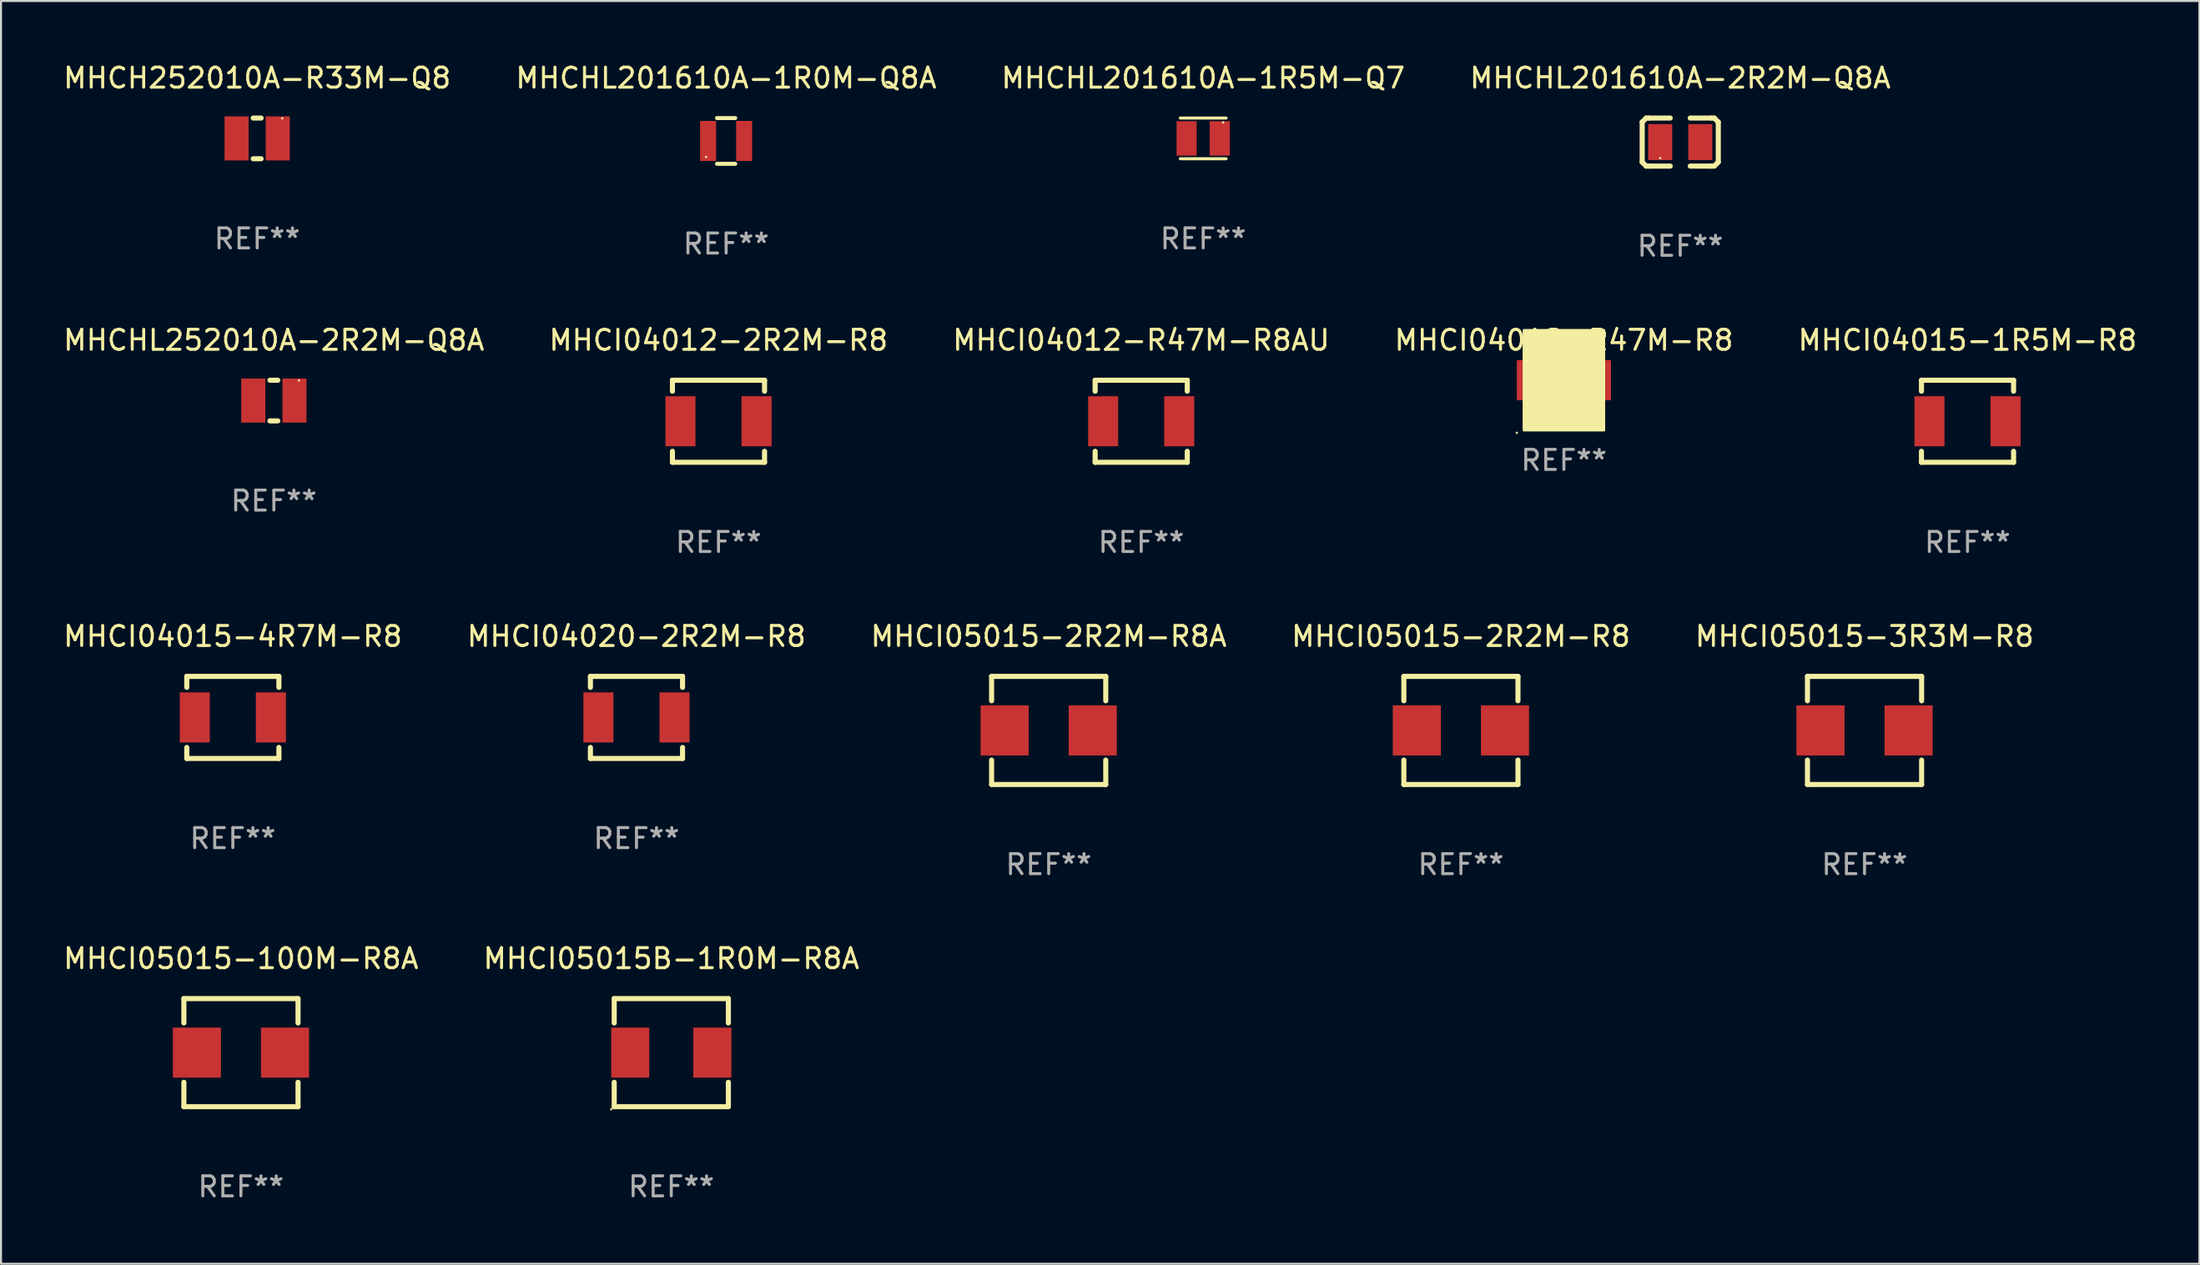
<source format=kicad_pcb>
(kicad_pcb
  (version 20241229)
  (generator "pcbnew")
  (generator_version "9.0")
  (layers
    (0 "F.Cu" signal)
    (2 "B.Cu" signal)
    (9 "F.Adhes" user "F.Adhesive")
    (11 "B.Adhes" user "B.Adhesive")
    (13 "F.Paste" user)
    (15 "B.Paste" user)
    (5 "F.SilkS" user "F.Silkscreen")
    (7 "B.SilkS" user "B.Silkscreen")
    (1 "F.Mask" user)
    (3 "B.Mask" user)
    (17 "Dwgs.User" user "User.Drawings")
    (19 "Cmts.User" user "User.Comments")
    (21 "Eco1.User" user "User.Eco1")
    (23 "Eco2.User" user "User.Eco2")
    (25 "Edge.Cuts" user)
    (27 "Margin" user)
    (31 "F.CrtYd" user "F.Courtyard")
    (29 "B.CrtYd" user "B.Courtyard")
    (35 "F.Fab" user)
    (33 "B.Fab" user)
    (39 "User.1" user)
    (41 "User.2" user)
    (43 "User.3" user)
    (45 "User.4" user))
  (footprint "MHCHL201610A-1R0M-Q8A"
    (layer "F.Cu")
    (at 33.208 3.991)
    (property "Reference" "MHCHL201610A-1R0M-Q8A" (at 0 -3.143 0) (layer "F.SilkS") (effects (font (size 1 1) (thickness 0.15))))
    (attr through_hole)
    (fp_line (start -0.455 -1.143) (end 0.455 -1.143) (stroke (width 0.2) (type solid)) (layer "F.SilkS"))
    (fp_line (start -0.455 1.143) (end 0.455 1.143) (stroke (width 0.2) (type solid)) (layer "F.SilkS"))
    (fp_circle (center -1 0.8) (end -0.97 0.8) (stroke (width 0.06) (type solid)) (fill no) (layer "F.SilkS"))
    (fp_text user "REF**" (at 0 5.143 0) (layer "F.Fab") (effects (font (size 1 1) (thickness 0.15))))
    (pad "1" smd rect (at -0.9 0) (size 0.8 2) (layers "F.Cu" "F.Mask" "F.Paste"))
    (pad "2" smd rect (at 0.9 0) (size 0.8 2) (layers "F.Cu" "F.Mask" "F.Paste")))
  (footprint "MHCI05015-3R3M-R8"
    (layer "F.Cu")
    (at 90.054 33.441)
    (property "Reference" "MHCI05015-3R3M-R8" (at 0 -4.7 0) (layer "F.SilkS") (effects (font (size 1 1) (thickness 0.15))))
    (attr through_hole)
    (fp_line (start -2.85 -2.7) (end 2.85 -2.7) (stroke (width 0.254) (type solid)) (layer "F.SilkS"))
    (fp_line (start -2.85 -1.481) (end -2.85 -2.7) (stroke (width 0.254) (type solid)) (layer "F.SilkS"))
    (fp_line (start -2.85 2.7) (end -2.85 1.481) (stroke (width 0.254) (type solid)) (layer "F.SilkS"))
    (fp_line (start 2.85 -1.481) (end 2.85 -2.7) (stroke (width 0.254) (type solid)) (layer "F.SilkS"))
    (fp_line (start 2.85 2.7) (end -2.85 2.7) (stroke (width 0.254) (type solid)) (layer "F.SilkS"))
    (fp_line (start 2.85 2.7) (end 2.85 1.481) (stroke (width 0.254) (type solid)) (layer "F.SilkS"))
    (fp_circle (center -2.85 2.7) (end -2.82 2.7) (stroke (width 0.06) (type solid)) (fill no) (layer "F.SilkS"))
    (fp_text user "REF**" (at 0 6.7 0) (layer "F.Fab") (effects (font (size 1 1) (thickness 0.15))))
    (pad "1" smd rect (at -2.2 0 270) (size 2.5 2.4) (layers "F.Cu" "F.Mask" "F.Paste"))
    (pad "2" smd rect (at 2.2 0 270) (size 2.5 2.4) (layers "F.Cu" "F.Mask" "F.Paste")))
  (footprint "MHCH252010A-R33M-Q8"
    (layer "F.Cu")
    (at 9.792 3.864)
    (property "Reference" "MHCH252010A-R33M-Q8" (at 0 -3.016 0) (layer "F.SilkS") (effects (font (size 1 1) (thickness 0.15))))
    (attr through_hole)
    (fp_line (start -0.197 1.016) (end 0.197 1.016) (stroke (width 0.254) (type solid)) (layer "F.SilkS"))
    (fp_line (start 0.197 -1.016) (end -0.197 -1.016) (stroke (width 0.254) (type solid)) (layer "F.SilkS"))
    (fp_circle (center 1.25 -1) (end 1.28 -1) (stroke (width 0.06) (type solid)) (fill no) (layer "F.SilkS"))
    (fp_text user "REF**" (at 0 5.016 0) (layer "F.Fab") (effects (font (size 1 1) (thickness 0.15))))
    (pad "1" smd rect (at 1.028 0) (size 1.2 2.2) (layers "F.Cu" "F.Mask" "F.Paste"))
    (pad "2" smd rect (at -1.028 0) (size 1.2 2.2) (layers "F.Cu" "F.Mask" "F.Paste")))
  (footprint "MHCI04012-R47M-R8AU"
    (layer "F.Cu")
    (at 53.935 17.995)
    (property "Reference" "MHCI04012-R47M-R8AU" (at 0 -4.05 0) (layer "F.SilkS") (effects (font (size 1 1) (thickness 0.15))))
    (attr through_hole)
    (fp_line (start -2.3 -2.05) (end 2.3 -2.05) (stroke (width 0.254) (type solid)) (layer "F.SilkS"))
    (fp_line (start -2.3 -1.5) (end -2.3 -2.05) (stroke (width 0.254) (type solid)) (layer "F.SilkS"))
    (fp_line (start -2.3 2.05) (end -2.3 1.5) (stroke (width 0.254) (type solid)) (layer "F.SilkS"))
    (fp_line (start 2.3 2.05) (end 2.3 1.5) (stroke (width 0.254) (type solid)) (layer "F.SilkS"))
    (fp_line (start 2.3 -1.5) (end 2.3 -2.049) (stroke (width 0.254) (type solid)) (layer "F.SilkS"))
    (fp_line (start 2.3 2.05) (end -2.3 2.05) (stroke (width 0.254) (type solid)) (layer "F.SilkS"))
    (fp_circle (center -2.3 2.05) (end -2.27 2.05) (stroke (width 0.06) (type solid)) (fill no) (layer "F.SilkS"))
    (fp_text user "REF**" (at 0 6.05 0) (layer "F.Fab") (effects (font (size 1 1) (thickness 0.15))))
    (pad "1" smd rect (at -1.9 0 90) (size 2.5 1.5) (layers "F.Cu" "F.Mask" "F.Paste"))
    (pad "2" smd rect (at 1.9 0 90) (size 2.5 1.5) (layers "F.Cu" "F.Mask" "F.Paste")))
  (footprint "MHCHL201610A-1R5M-Q7"
    (layer "F.Cu")
    (at 57.03 3.864)
    (property "Reference" "MHCHL201610A-1R5M-Q7" (at 0 -3.016 0) (layer "F.SilkS") (effects (font (size 1 1) (thickness 0.15))))
    (attr through_hole)
    (fp_line (start -1.143 -1.016) (end 1.143 -1.016) (stroke (width 0.152) (type solid)) (layer "F.SilkS"))
    (fp_line (start 1.143 1.016) (end -1.143 1.016) (stroke (width 0.152) (type solid)) (layer "F.SilkS"))
    (fp_circle (center 1 -0.8) (end 1.03 -0.8) (stroke (width 0.06) (type solid)) (fill no) (layer "F.SilkS"))
    (fp_text user "REF**" (at 0 5.016 0) (layer "F.Fab") (effects (font (size 1 1) (thickness 0.15))))
    (pad "1" smd rect (at 0.828 0) (size 1 1.72) (layers "F.Cu" "F.Mask" "F.Paste"))
    (pad "2" smd rect (at -0.828 0) (size 1 1.72) (layers "F.Cu" "F.Mask" "F.Paste")))
  (footprint "MHCI05015-100M-R8A"
    (layer "F.Cu")
    (at 8.982 49.538)
    (property "Reference" "MHCI05015-100M-R8A" (at 0 -4.7 0) (layer "F.SilkS") (effects (font (size 1 1) (thickness 0.15))))
    (attr through_hole)
    (fp_line (start -2.85 -2.7) (end 2.85 -2.7) (stroke (width 0.254) (type solid)) (layer "F.SilkS"))
    (fp_line (start -2.85 -1.481) (end -2.85 -2.7) (stroke (width 0.254) (type solid)) (layer "F.SilkS"))
    (fp_line (start -2.85 2.7) (end -2.85 1.481) (stroke (width 0.254) (type solid)) (layer "F.SilkS"))
    (fp_line (start 2.85 -1.481) (end 2.85 -2.7) (stroke (width 0.254) (type solid)) (layer "F.SilkS"))
    (fp_line (start 2.85 2.7) (end -2.85 2.7) (stroke (width 0.254) (type solid)) (layer "F.SilkS"))
    (fp_line (start 2.85 2.7) (end 2.85 1.481) (stroke (width 0.254) (type solid)) (layer "F.SilkS"))
    (fp_circle (center -2.85 2.7) (end -2.82 2.7) (stroke (width 0.06) (type solid)) (fill no) (layer "F.SilkS"))
    (fp_text user "REF**" (at 0 6.7 0) (layer "F.Fab") (effects (font (size 1 1) (thickness 0.15))))
    (pad "1" smd rect (at -2.2 0 270) (size 2.5 2.4) (layers "F.Cu" "F.Mask" "F.Paste"))
    (pad "2" smd rect (at 2.2 0 270) (size 2.5 2.4) (layers "F.Cu" "F.Mask" "F.Paste")))
  (footprint "MHCI04012-R47M-R8"
    (layer "F.Cu")
    (at 75.042 15.945)
    (property "Reference" "MHCI04012-R47M-R8" (at 0 -2 0) (layer "F.SilkS") (effects (font (size 1 1) (thickness 0.15))))
    (attr through_hole)
    (fp_circle (center -2.35 2.627) (end -2.32 2.627) (stroke (width 0.06) (type solid)) (fill no) (layer "F.SilkS"))
    (fp_poly (pts (xy -2 -2.5) (xy 2 -2.5) (xy 2 2.5) (xy -2 2.5)) (stroke (width 0.12) (type solid)) (fill yes) (layer "F.SilkS"))
    (fp_text user "REF**" (at 0 4 0) (layer "F.Fab") (effects (font (size 1 1) (thickness 0.15))))
    (pad "1" smd rect (at -1.6 0 90) (size 2 1.5) (layers "F.Cu" "F.Mask" "F.Paste"))
    (pad "2" smd rect (at 1.6 0 90) (size 2 1.5) (layers "F.Cu" "F.Mask" "F.Paste")))
  (footprint "MHCI05015-2R2M-R8A"
    (layer "F.Cu")
    (at 49.315 33.441)
    (property "Reference" "MHCI05015-2R2M-R8A" (at 0 -4.7 0) (layer "F.SilkS") (effects (font (size 1 1) (thickness 0.15))))
    (attr through_hole)
    (fp_line (start -2.85 -2.7) (end 2.85 -2.7) (stroke (width 0.254) (type solid)) (layer "F.SilkS"))
    (fp_line (start -2.85 -1.481) (end -2.85 -2.7) (stroke (width 0.254) (type solid)) (layer "F.SilkS"))
    (fp_line (start -2.85 2.7) (end -2.85 1.481) (stroke (width 0.254) (type solid)) (layer "F.SilkS"))
    (fp_line (start 2.85 -1.481) (end 2.85 -2.7) (stroke (width 0.254) (type solid)) (layer "F.SilkS"))
    (fp_line (start 2.85 2.7) (end -2.85 2.7) (stroke (width 0.254) (type solid)) (layer "F.SilkS"))
    (fp_line (start 2.85 2.7) (end 2.85 1.481) (stroke (width 0.254) (type solid)) (layer "F.SilkS"))
    (fp_circle (center -2.85 2.7) (end -2.82 2.7) (stroke (width 0.06) (type solid)) (fill no) (layer "F.SilkS"))
    (fp_text user "REF**" (at 0 6.7 0) (layer "F.Fab") (effects (font (size 1 1) (thickness 0.15))))
    (pad "1" smd rect (at -2.2 0 270) (size 2.5 2.4) (layers "F.Cu" "F.Mask" "F.Paste"))
    (pad "2" smd rect (at 2.2 0 270) (size 2.5 2.4) (layers "F.Cu" "F.Mask" "F.Paste")))
  (footprint "MHCHL201610A-2R2M-Q8A"
    (layer "F.Cu")
    (at 80.851 4.048)
    (property "Reference" "MHCHL201610A-2R2M-Q8A" (at 0 -3.2 0) (layer "F.SilkS") (effects (font (size 1 1) (thickness 0.15))))
    (attr through_hole)
    (fp_line (start -1.9 -1) (end -1.9 1) (stroke (width 0.254) (type solid)) (layer "F.SilkS"))
    (fp_line (start -1.7 -1.2) (end -1.9 -1) (stroke (width 0.254) (type solid)) (layer "F.SilkS"))
    (fp_line (start -1.7 1.2) (end -1.9 1) (stroke (width 0.254) (type solid)) (layer "F.SilkS"))
    (fp_line (start -1.55 -1.2) (end -1.7 -1.2) (stroke (width 0.254) (type solid)) (layer "F.SilkS"))
    (fp_line (start -1.55 1.2) (end -1.7 1.2) (stroke (width 0.254) (type solid)) (layer "F.SilkS"))
    (fp_line (start -0.5 -1.2) (end -1.55 -1.2) (stroke (width 0.254) (type solid)) (layer "F.SilkS"))
    (fp_line (start -0.5 1.2) (end -1.55 1.2) (stroke (width 0.254) (type solid)) (layer "F.SilkS"))
    (fp_line (start 0.5 -1.2) (end 1.55 -1.2) (stroke (width 0.254) (type solid)) (layer "F.SilkS"))
    (fp_line (start 0.5 1.2) (end 1.55 1.2) (stroke (width 0.254) (type solid)) (layer "F.SilkS"))
    (fp_line (start 1.55 -1.2) (end 1.7 -1.2) (stroke (width 0.254) (type solid)) (layer "F.SilkS"))
    (fp_line (start 1.55 1.2) (end 1.7 1.2) (stroke (width 0.254) (type solid)) (layer "F.SilkS"))
    (fp_line (start 1.7 -1.2) (end 1.9 -1) (stroke (width 0.254) (type solid)) (layer "F.SilkS"))
    (fp_line (start 1.7 1.2) (end 1.9 1) (stroke (width 0.254) (type solid)) (layer "F.SilkS"))
    (fp_line (start 1.9 -1) (end 1.9 1) (stroke (width 0.254) (type solid)) (layer "F.SilkS"))
    (fp_circle (center -1 0.8) (end -0.97 0.8) (stroke (width 0.06) (type solid)) (fill no) (layer "F.SilkS"))
    (fp_text user "REF**" (at 0 5.2 0) (layer "F.Fab") (effects (font (size 1 1) (thickness 0.15))))
    (pad "1" smd rect (at -1 0) (size 1.2 1.8) (layers "F.Cu" "F.Mask" "F.Paste"))
    (pad "2" smd rect (at 1 0) (size 1.2 1.8) (layers "F.Cu" "F.Mask" "F.Paste")))
  (footprint "MHCI05015-2R2M-R8"
    (layer "F.Cu")
    (at 69.899 33.441)
    (property "Reference" "MHCI05015-2R2M-R8" (at 0 -4.7 0) (layer "F.SilkS") (effects (font (size 1 1) (thickness 0.15))))
    (attr through_hole)
    (fp_line (start -2.85 -2.7) (end 2.85 -2.7) (stroke (width 0.254) (type solid)) (layer "F.SilkS"))
    (fp_line (start -2.85 -1.481) (end -2.85 -2.7) (stroke (width 0.254) (type solid)) (layer "F.SilkS"))
    (fp_line (start -2.85 2.7) (end -2.85 1.481) (stroke (width 0.254) (type solid)) (layer "F.SilkS"))
    (fp_line (start 2.85 -1.481) (end 2.85 -2.7) (stroke (width 0.254) (type solid)) (layer "F.SilkS"))
    (fp_line (start 2.85 2.7) (end -2.85 2.7) (stroke (width 0.254) (type solid)) (layer "F.SilkS"))
    (fp_line (start 2.85 2.7) (end 2.85 1.481) (stroke (width 0.254) (type solid)) (layer "F.SilkS"))
    (fp_circle (center -2.85 2.7) (end -2.82 2.7) (stroke (width 0.06) (type solid)) (fill no) (layer "F.SilkS"))
    (fp_text user "REF**" (at 0 6.7 0) (layer "F.Fab") (effects (font (size 1 1) (thickness 0.15))))
    (pad "1" smd rect (at -2.2 0 270) (size 2.5 2.4) (layers "F.Cu" "F.Mask" "F.Paste"))
    (pad "2" smd rect (at 2.2 0 270) (size 2.5 2.4) (layers "F.Cu" "F.Mask" "F.Paste")))
  (footprint "MHCI04015-1R5M-R8"
    (layer "F.Cu")
    (at 95.196 17.995)
    (property "Reference" "MHCI04015-1R5M-R8" (at 0 -4.05 0) (layer "F.SilkS") (effects (font (size 1 1) (thickness 0.15))))
    (attr through_hole)
    (fp_line (start -2.3 -2.05) (end 2.3 -2.05) (stroke (width 0.254) (type solid)) (layer "F.SilkS"))
    (fp_line (start -2.3 -1.5) (end -2.3 -2.05) (stroke (width 0.254) (type solid)) (layer "F.SilkS"))
    (fp_line (start -2.3 2.05) (end -2.3 1.5) (stroke (width 0.254) (type solid)) (layer "F.SilkS"))
    (fp_line (start 2.3 2.05) (end 2.3 1.5) (stroke (width 0.254) (type solid)) (layer "F.SilkS"))
    (fp_line (start 2.3 -1.5) (end 2.3 -2.049) (stroke (width 0.254) (type solid)) (layer "F.SilkS"))
    (fp_line (start 2.3 2.05) (end -2.3 2.05) (stroke (width 0.254) (type solid)) (layer "F.SilkS"))
    (fp_circle (center -2.3 2.05) (end -2.27 2.05) (stroke (width 0.06) (type solid)) (fill no) (layer "F.SilkS"))
    (fp_text user "REF**" (at 0 6.05 0) (layer "F.Fab") (effects (font (size 1 1) (thickness 0.15))))
    (pad "1" smd rect (at -1.9 0 90) (size 2.5 1.5) (layers "F.Cu" "F.Mask" "F.Paste"))
    (pad "2" smd rect (at 1.9 0 90) (size 2.5 1.5) (layers "F.Cu" "F.Mask" "F.Paste")))
  (footprint "MHCHL252010A-2R2M-Q8A"
    (layer "F.Cu")
    (at 10.625 16.961)
    (property "Reference" "MHCHL252010A-2R2M-Q8A" (at 0 -3.016 0) (layer "F.SilkS") (effects (font (size 1 1) (thickness 0.15))))
    (attr through_hole)
    (fp_line (start -0.197 1.016) (end 0.197 1.016) (stroke (width 0.254) (type solid)) (layer "F.SilkS"))
    (fp_line (start 0.197 -1.016) (end -0.197 -1.016) (stroke (width 0.254) (type solid)) (layer "F.SilkS"))
    (fp_circle (center 1.25 -1) (end 1.28 -1) (stroke (width 0.06) (type solid)) (fill no) (layer "F.SilkS"))
    (fp_text user "REF**" (at 0 5.016 0) (layer "F.Fab") (effects (font (size 1 1) (thickness 0.15))))
    (pad "1" smd rect (at 1.028 0) (size 1.2 2.2) (layers "F.Cu" "F.Mask" "F.Paste"))
    (pad "2" smd rect (at -1.028 0) (size 1.2 2.2) (layers "F.Cu" "F.Mask" "F.Paste")))
  (footprint "MHCI04020-2R2M-R8"
    (layer "F.Cu")
    (at 28.732 32.791)
    (property "Reference" "MHCI04020-2R2M-R8" (at 0 -4.05 0) (layer "F.SilkS") (effects (font (size 1 1) (thickness 0.15))))
    (attr through_hole)
    (fp_line (start -2.3 -2.05) (end 2.3 -2.05) (stroke (width 0.254) (type solid)) (layer "F.SilkS"))
    (fp_line (start -2.3 -1.5) (end -2.3 -2.05) (stroke (width 0.254) (type solid)) (layer "F.SilkS"))
    (fp_line (start -2.3 2.05) (end -2.3 1.5) (stroke (width 0.254) (type solid)) (layer "F.SilkS"))
    (fp_line (start 2.3 2.05) (end 2.3 1.5) (stroke (width 0.254) (type solid)) (layer "F.SilkS"))
    (fp_line (start 2.3 -1.5) (end 2.3 -2.049) (stroke (width 0.254) (type solid)) (layer "F.SilkS"))
    (fp_line (start 2.3 2.05) (end -2.3 2.05) (stroke (width 0.254) (type solid)) (layer "F.SilkS"))
    (fp_circle (center -2.3 2.05) (end -2.27 2.05) (stroke (width 0.06) (type solid)) (fill no) (layer "F.SilkS"))
    (fp_text user "REF**" (at 0 6.05 0) (layer "F.Fab") (effects (font (size 1 1) (thickness 0.15))))
    (pad "1" smd rect (at -1.9 0 90) (size 2.5 1.5) (layers "F.Cu" "F.Mask" "F.Paste"))
    (pad "2" smd rect (at 1.9 0 90) (size 2.5 1.5) (layers "F.Cu" "F.Mask" "F.Paste")))
  (footprint "MHCI04012-2R2M-R8"
    (layer "F.Cu")
    (at 32.827 17.995)
    (property "Reference" "MHCI04012-2R2M-R8" (at 0 -4.05 0) (layer "F.SilkS") (effects (font (size 1 1) (thickness 0.15))))
    (attr through_hole)
    (fp_line (start -2.3 -2.05) (end 2.3 -2.05) (stroke (width 0.254) (type solid)) (layer "F.SilkS"))
    (fp_line (start -2.3 -1.5) (end -2.3 -2.05) (stroke (width 0.254) (type solid)) (layer "F.SilkS"))
    (fp_line (start -2.3 2.05) (end -2.3 1.5) (stroke (width 0.254) (type solid)) (layer "F.SilkS"))
    (fp_line (start 2.3 2.05) (end 2.3 1.5) (stroke (width 0.254) (type solid)) (layer "F.SilkS"))
    (fp_line (start 2.3 -1.5) (end 2.3 -2.049) (stroke (width 0.254) (type solid)) (layer "F.SilkS"))
    (fp_line (start 2.3 2.05) (end -2.3 2.05) (stroke (width 0.254) (type solid)) (layer "F.SilkS"))
    (fp_circle (center -2.3 2.05) (end -2.27 2.05) (stroke (width 0.06) (type solid)) (fill no) (layer "F.SilkS"))
    (fp_text user "REF**" (at 0 6.05 0) (layer "F.Fab") (effects (font (size 1 1) (thickness 0.15))))
    (pad "1" smd rect (at -1.9 0 90) (size 2.5 1.5) (layers "F.Cu" "F.Mask" "F.Paste"))
    (pad "2" smd rect (at 1.9 0 90) (size 2.5 1.5) (layers "F.Cu" "F.Mask" "F.Paste")))
  (footprint "MHCI05015B-1R0M-R8A"
    (layer "F.Cu")
    (at 30.47 49.538)
    (property "Reference" "MHCI05015B-1R0M-R8A" (at 0 -4.7 0) (layer "F.SilkS") (effects (font (size 1 1) (thickness 0.15))))
    (attr through_hole)
    (fp_line (start -2.85 -2.7) (end 2.85 -2.7) (stroke (width 0.254) (type solid)) (layer "F.SilkS"))
    (fp_line (start -2.85 -1.481) (end -2.85 -2.7) (stroke (width 0.254) (type solid)) (layer "F.SilkS"))
    (fp_line (start -2.85 2.7) (end -2.85 1.481) (stroke (width 0.254) (type solid)) (layer "F.SilkS"))
    (fp_line (start 2.85 -1.481) (end 2.85 -2.7) (stroke (width 0.254) (type solid)) (layer "F.SilkS"))
    (fp_line (start 2.85 2.7) (end -2.85 2.7) (stroke (width 0.254) (type solid)) (layer "F.SilkS"))
    (fp_line (start 2.85 2.7) (end 2.85 1.481) (stroke (width 0.254) (type solid)) (layer "F.SilkS"))
    (fp_circle (center -3 2.827) (end -2.97 2.827) (stroke (width 0.06) (type solid)) (fill no) (layer "F.SilkS"))
    (fp_text user "REF**" (at 0 6.7 0) (layer "F.Fab") (effects (font (size 1 1) (thickness 0.15))))
    (pad "1" smd rect (at -2.05 0 270) (size 2.5 1.9) (layers "F.Cu" "F.Mask" "F.Paste"))
    (pad "2" smd rect (at 2.05 0 270) (size 2.5 1.9) (layers "F.Cu" "F.Mask" "F.Paste")))
  (footprint "MHCI04015-4R7M-R8"
    (layer "F.Cu")
    (at 8.577 32.791)
    (property "Reference" "MHCI04015-4R7M-R8" (at 0 -4.05 0) (layer "F.SilkS") (effects (font (size 1 1) (thickness 0.15))))
    (attr through_hole)
    (fp_line (start -2.3 -2.05) (end 2.3 -2.05) (stroke (width 0.254) (type solid)) (layer "F.SilkS"))
    (fp_line (start -2.3 -1.5) (end -2.3 -2.05) (stroke (width 0.254) (type solid)) (layer "F.SilkS"))
    (fp_line (start -2.3 2.05) (end -2.3 1.5) (stroke (width 0.254) (type solid)) (layer "F.SilkS"))
    (fp_line (start 2.3 2.05) (end 2.3 1.5) (stroke (width 0.254) (type solid)) (layer "F.SilkS"))
    (fp_line (start 2.3 -1.5) (end 2.3 -2.049) (stroke (width 0.254) (type solid)) (layer "F.SilkS"))
    (fp_line (start 2.3 2.05) (end -2.3 2.05) (stroke (width 0.254) (type solid)) (layer "F.SilkS"))
    (fp_circle (center -2.3 2.05) (end -2.27 2.05) (stroke (width 0.06) (type solid)) (fill no) (layer "F.SilkS"))
    (fp_text user "REF**" (at 0 6.05 0) (layer "F.Fab") (effects (font (size 1 1) (thickness 0.15))))
    (pad "1" smd rect (at -1.9 0 90) (size 2.5 1.5) (layers "F.Cu" "F.Mask" "F.Paste"))
    (pad "2" smd rect (at 1.9 0 90) (size 2.5 1.5) (layers "F.Cu" "F.Mask" "F.Paste")))
  (gr_rect
    (start -3 -3)
    (end 106.774 60.086)
    (stroke (width 0.1) (type default))
    (fill no)
    (layer "Edge.Cuts")))
</source>
